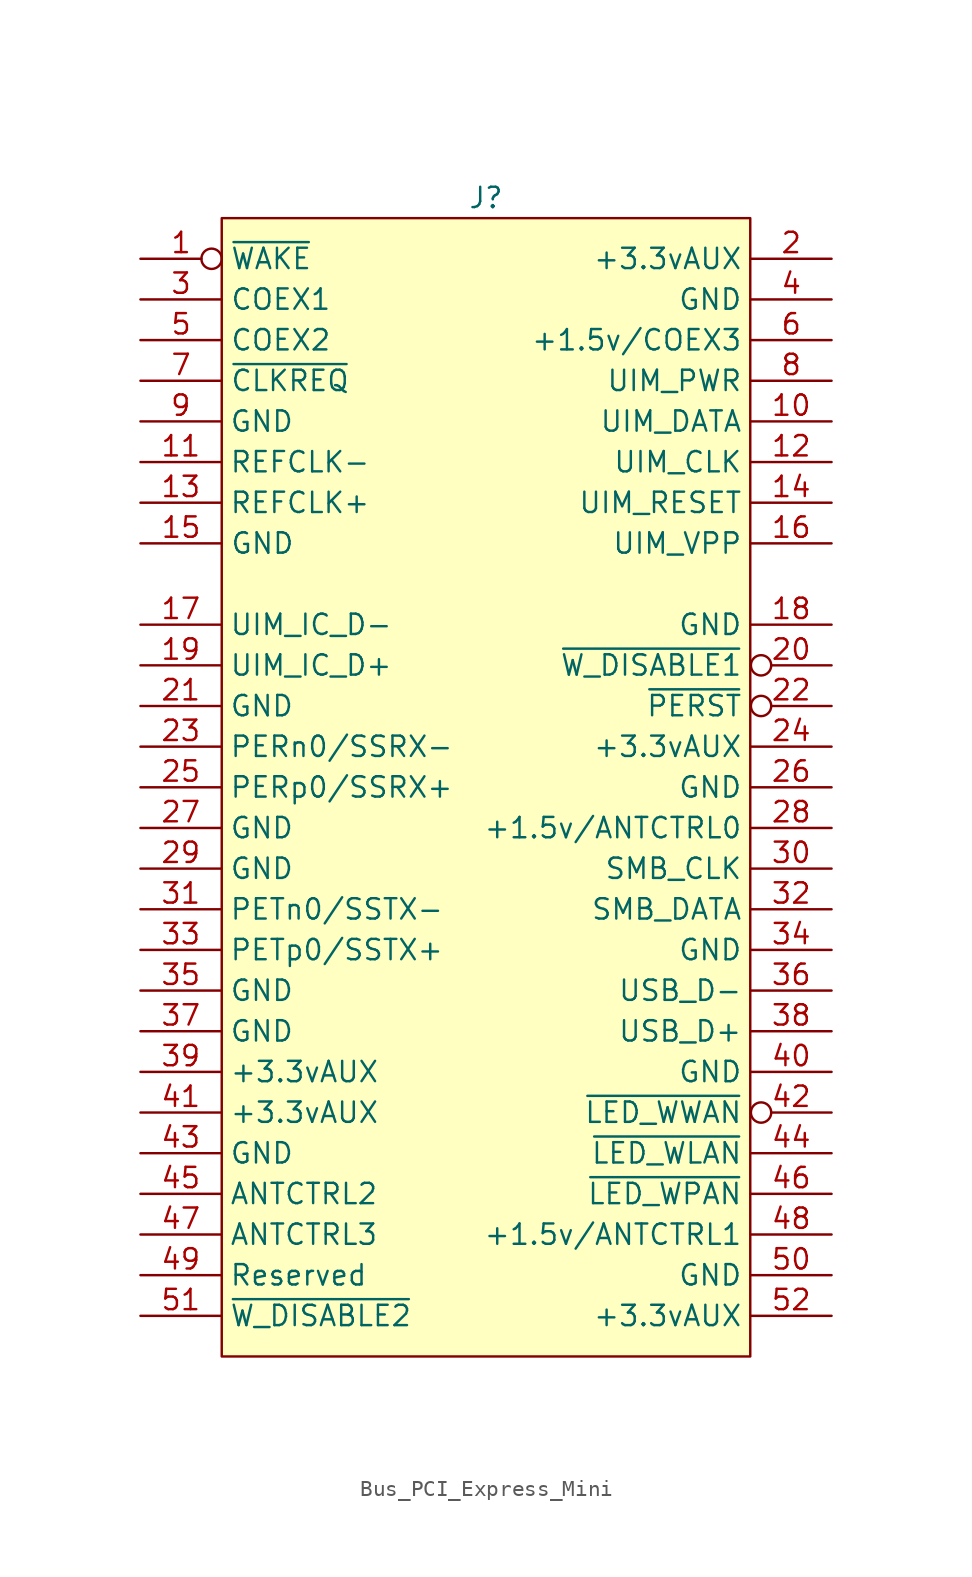
<source format=kicad_sym>
(kicad_symbol_lib
  (version 20241209)
  (generator "kicad_symbol_editor")
  (generator_version "9.0")
  (symbol "Bus_PCI_Express_Mini"
    (property "Reference" "J"
      (at 0 3.81 0)
      (effects (font (size 1.27 1.27))))
    (property "Value" ""
      (at -15.24 -3.81 0)
      (effects (font (size 1.27 1.27))))
    (symbol "Bus_PCI_Express_Mini_1_1"
      (rectangle (start -16.51 2.54) (end 16.51 -68.58) (stroke (width 0) (type default)) (fill (type background)))
      (pin open_collector inverted (at -21.59 0 0) (length 5.08) (name "~{WAKE}" (effects (font (size 1.27 1.27)))) (number "1" (effects (font (size 1.27 1.27)))))
      (pin passive line (at -21.59 -2.54 0) (length 5.08) (name "COEX1" (effects (font (size 1.27 1.27)))) (number "3" (effects (font (size 1.27 1.27)))))
      (pin passive line (at -21.59 -5.08 0) (length 5.08) (name "COEX2" (effects (font (size 1.27 1.27)))) (number "5" (effects (font (size 1.27 1.27)))))
      (pin open_collector line (at -21.59 -7.62 0) (length 5.08) (name "~{CLKREQ}" (effects (font (size 1.27 1.27)))) (number "7" (effects (font (size 1.27 1.27)))))
      (pin power_in line (at -21.59 -10.16 0) (length 5.04) (name "GND" (effects (font (size 1.27 1.27)))) (number "9" (effects (font (size 1.27 1.27)))))
      (pin input line (at -21.59 -12.7 0) (length 5.04) (name "REFCLK-" (effects (font (size 1.27 1.27)))) (number "11" (effects (font (size 1.27 1.27)))))
      (pin input line (at -21.59 -15.24 0) (length 5.04) (name "REFCLK+" (effects (font (size 1.27 1.27)))) (number "13" (effects (font (size 1.27 1.27)))))
      (pin power_in line (at -21.59 -17.78 0) (length 5.08) (name "GND" (effects (font (size 1.27 1.27)))) (number "15" (effects (font (size 1.27 1.27)))))
      (pin passive line (at -21.59 -22.86 0) (length 5.04) (name "UIM_IC_D-" (effects (font (size 1.27 1.27)))) (number "17" (effects (font (size 1.27 1.27)))))
      (pin passive line (at -21.59 -25.4 0) (length 5.04) (name "UIM_IC_D+" (effects (font (size 1.27 1.27)))) (number "19" (effects (font (size 1.27 1.27)))))
      (pin power_in line (at -21.59 -27.94 0) (length 5.04) (name "GND" (effects (font (size 1.27 1.27)))) (number "21" (effects (font (size 1.27 1.27)))))
      (pin output line (at -21.59 -30.48 0) (length 5.04) (name "PERn0/SSRX-" (effects (font (size 1.27 1.27)))) (number "23" (effects (font (size 1.27 1.27)))))
      (pin output line (at -21.59 -33.02 0) (length 5.04) (name "PERp0/SSRX+" (effects (font (size 1.27 1.27)))) (number "25" (effects (font (size 1.27 1.27)))))
      (pin power_in line (at -21.59 -35.56 0) (length 5.04) (name "GND" (effects (font (size 1.27 1.27)))) (number "27" (effects (font (size 1.27 1.27)))))
      (pin power_in line (at -21.59 -38.1 0) (length 5.04) (name "GND" (effects (font (size 1.27 1.27)))) (number "29" (effects (font (size 1.27 1.27)))))
      (pin input line (at -21.59 -40.64 0) (length 5.04) (name "PETn0/SSTX-" (effects (font (size 1.27 1.27)))) (number "31" (effects (font (size 1.27 1.27)))))
      (pin input line (at -21.59 -43.18 0) (length 5.04) (name "PETp0/SSTX+" (effects (font (size 1.27 1.27)))) (number "33" (effects (font (size 1.27 1.27)))))
      (pin power_in line (at -21.59 -45.72 0) (length 5.04) (name "GND" (effects (font (size 1.27 1.27)))) (number "35" (effects (font (size 1.27 1.27)))))
      (pin power_in line (at -21.59 -48.26 0) (length 5.04) (name "GND" (effects (font (size 1.27 1.27)))) (number "37" (effects (font (size 1.27 1.27)))))
      (pin power_in line (at -21.59 -50.8 0) (length 5.04) (name "+3.3vAUX" (effects (font (size 1.27 1.27)))) (number "39" (effects (font (size 1.27 1.27)))))
      (pin power_in line (at -21.59 -53.34 0) (length 5.04) (name "+3.3vAUX" (effects (font (size 1.27 1.27)))) (number "41" (effects (font (size 1.27 1.27)))))
      (pin power_in line (at -21.59 -55.88 0) (length 5.04) (name "GND" (effects (font (size 1.27 1.27)))) (number "43" (effects (font (size 1.27 1.27)))))
      (pin passive line (at -21.59 -58.42 0) (length 5.04) (name "ANTCTRL2" (effects (font (size 1.27 1.27)))) (number "45" (effects (font (size 1.27 1.27)))))
      (pin passive line (at -21.59 -60.96 0) (length 5.04) (name "ANTCTRL3" (effects (font (size 1.27 1.27)))) (number "47" (effects (font (size 1.27 1.27)))))
      (pin passive line (at -21.59 -63.5 0) (length 5.04) (name "Reserved" (effects (font (size 1.27 1.27)))) (number "49" (effects (font (size 1.27 1.27)))))
      (pin input line (at -21.59 -66.04 0) (length 5.04) (name "~{W_DISABLE2}" (effects (font (size 1.27 1.27)))) (number "51" (effects (font (size 1.27 1.27)))))
      (pin power_in line (at 21.59 0 180) (length 5.04) (name "+3.3vAUX" (effects (font (size 1.27 1.27)))) (number "2" (effects (font (size 1.27 1.27)))))
      (pin power_in line (at 21.59 -2.54 180) (length 5.04) (name "GND" (effects (font (size 1.27 1.27)))) (number "4" (effects (font (size 1.27 1.27)))))
      (pin power_in line (at 21.59 -5.08 180) (length 5.04) (name "+1.5v/COEX3" (effects (font (size 1.27 1.27)))) (number "6" (effects (font (size 1.27 1.27)))))
      (pin power_out line (at 21.59 -7.62 180) (length 5.04) (name "UIM_PWR" (effects (font (size 1.27 1.27)))) (number "8" (effects (font (size 1.27 1.27)))))
      (pin bidirectional line (at 21.59 -10.16 180) (length 5.04) (name "UIM_DATA" (effects (font (size 1.27 1.27)))) (number "10" (effects (font (size 1.27 1.27)))))
      (pin output line (at 21.59 -12.7 180) (length 5.04) (name "UIM_CLK" (effects (font (size 1.27 1.27)))) (number "12" (effects (font (size 1.27 1.27)))))
      (pin output line (at 21.59 -15.24 180) (length 5.04) (name "UIM_RESET" (effects (font (size 1.27 1.27)))) (number "14" (effects (font (size 1.27 1.27)))))
      (pin power_out line (at 21.59 -17.78 180) (length 5.04) (name "UIM_VPP" (effects (font (size 1.27 1.27)))) (number "16" (effects (font (size 1.27 1.27)))))
      (pin power_in line (at 21.59 -22.86 180) (length 5.04) (name "GND" (effects (font (size 1.27 1.27)))) (number "18" (effects (font (size 1.27 1.27)))))
      (pin input inverted (at 21.59 -25.4 180) (length 5.04) (name "~{W_DISABLE1}" (effects (font (size 1.27 1.27)))) (number "20" (effects (font (size 1.27 1.27)))))
      (pin input inverted (at 21.59 -27.94 180) (length 5.04) (name "~{PERST}" (effects (font (size 1.27 1.27)))) (number "22" (effects (font (size 1.27 1.27)))))
      (pin power_in line (at 21.59 -30.48 180) (length 5.04) (name "+3.3vAUX" (effects (font (size 1.27 1.27)))) (number "24" (effects (font (size 1.27 1.27)))))
      (pin power_in line (at 21.59 -33.02 180) (length 5.04) (name "GND" (effects (font (size 1.27 1.27)))) (number "26" (effects (font (size 1.27 1.27)))))
      (pin power_in line (at 21.59 -35.56 180) (length 5.04) (name "+1.5v/ANTCTRL0" (effects (font (size 1.27 1.27)))) (number "28" (effects (font (size 1.27 1.27)))))
      (pin input line (at 21.59 -38.1 180) (length 5.04) (name "SMB_CLK" (effects (font (size 1.27 1.27)))) (number "30" (effects (font (size 1.27 1.27)))))
      (pin bidirectional line (at 21.59 -40.64 180) (length 5.04) (name "SMB_DATA" (effects (font (size 1.27 1.27)))) (number "32" (effects (font (size 1.27 1.27)))))
      (pin power_in line (at 21.59 -43.18 180) (length 5.04) (name "GND" (effects (font (size 1.27 1.27)))) (number "34" (effects (font (size 1.27 1.27)))))
      (pin bidirectional line (at 21.59 -45.72 180) (length 5.04) (name "USB_D-" (effects (font (size 1.27 1.27)))) (number "36" (effects (font (size 1.27 1.27)))))
      (pin bidirectional line (at 21.59 -48.26 180) (length 5.04) (name "USB_D+" (effects (font (size 1.27 1.27)))) (number "38" (effects (font (size 1.27 1.27)))))
      (pin power_in line (at 21.59 -50.8 180) (length 5.04) (name "GND" (effects (font (size 1.27 1.27)))) (number "40" (effects (font (size 1.27 1.27)))))
      (pin open_collector inverted (at 21.59 -53.34 180) (length 5.04) (name "~{LED_WWAN}" (effects (font (size 1.27 1.27)))) (number "42" (effects (font (size 1.27 1.27)))))
      (pin open_collector line (at 21.59 -55.88 180) (length 5.04) (name "~{LED_WLAN}" (effects (font (size 1.27 1.27)))) (number "44" (effects (font (size 1.27 1.27)))))
      (pin open_collector line (at 21.59 -58.42 180) (length 5.04) (name "~{LED_WPAN}" (effects (font (size 1.27 1.27)))) (number "46" (effects (font (size 1.27 1.27)))))
      (pin power_in line (at 21.59 -60.96 180) (length 5.04) (name "+1.5v/ANTCTRL1" (effects (font (size 1.27 1.27)))) (number "48" (effects (font (size 1.27 1.27)))))
      (pin power_in line (at 21.59 -63.5 180) (length 5.04) (name "GND" (effects (font (size 1.27 1.27)))) (number "50" (effects (font (size 1.27 1.27)))))
      (pin power_in line (at 21.59 -66.04 180) (length 5.04) (name "+3.3vAUX" (effects (font (size 1.27 1.27)))) (number "52" (effects (font (size 1.27 1.27))))))))
</source>
